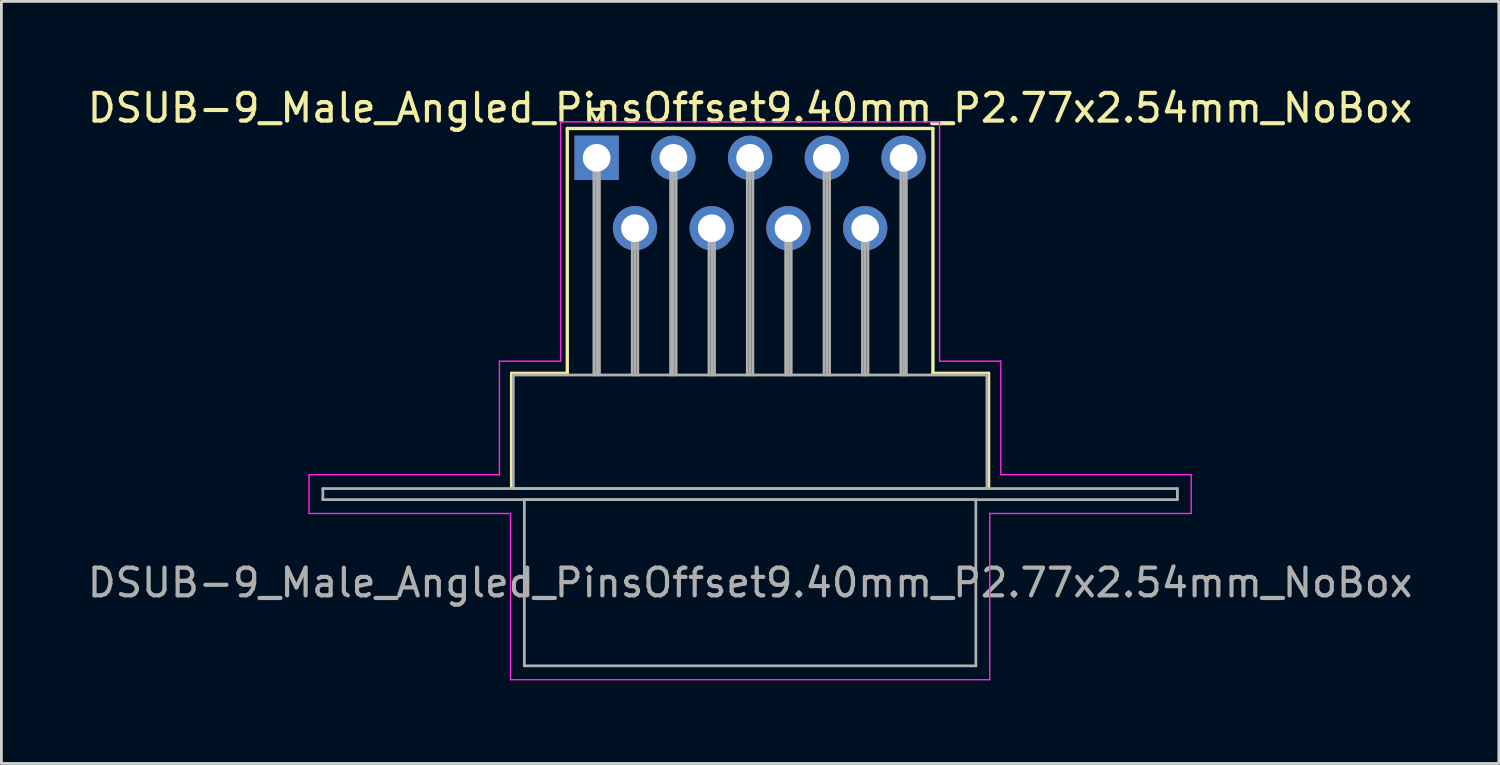
<source format=kicad_pcb>
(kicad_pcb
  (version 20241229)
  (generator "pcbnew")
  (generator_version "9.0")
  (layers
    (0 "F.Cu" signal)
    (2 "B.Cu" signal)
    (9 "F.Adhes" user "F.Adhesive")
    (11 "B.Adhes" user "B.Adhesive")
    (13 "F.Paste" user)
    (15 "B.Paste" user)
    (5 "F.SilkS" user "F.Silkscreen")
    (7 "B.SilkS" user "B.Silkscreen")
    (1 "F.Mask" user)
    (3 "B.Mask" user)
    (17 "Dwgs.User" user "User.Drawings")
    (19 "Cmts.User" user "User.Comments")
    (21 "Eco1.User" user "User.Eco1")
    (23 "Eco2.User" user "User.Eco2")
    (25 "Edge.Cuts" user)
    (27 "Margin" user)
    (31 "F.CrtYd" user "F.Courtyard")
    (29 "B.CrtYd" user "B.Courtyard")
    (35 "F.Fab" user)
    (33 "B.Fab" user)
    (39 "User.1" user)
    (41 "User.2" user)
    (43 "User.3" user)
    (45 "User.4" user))
  (footprint "DSUB-9_Male_Angled_PinsOffset9.40mm_P2.77x2.54mm_NoBox"
    (layer "F.Cu")
    (at 18.49 2.648)
    (property "Reference" "DSUB-9_Male_Angled_PinsOffset9.40mm_P2.77x2.54mm_NoBox" (at 5.54 -1.8 0) (layer "F.SilkS") (effects (font (size 1 1) (thickness 0.15))))
    (attr through_hole)
    (fp_line (start -3.07 7.78) (end -1.06 7.78) (stroke (width 0.12) (type solid)) (layer "F.SilkS"))
    (fp_line (start -3.07 11.88) (end -3.07 7.78) (stroke (width 0.12) (type solid)) (layer "F.SilkS"))
    (fp_line (start -1.06 -1.06) (end 12.14 -1.06) (stroke (width 0.12) (type solid)) (layer "F.SilkS"))
    (fp_line (start -1.06 7.78) (end -1.06 -1.06) (stroke (width 0.12) (type solid)) (layer "F.SilkS"))
    (fp_line (start -0.25 -1.754) (end 0.25 -1.754) (stroke (width 0.12) (type solid)) (layer "F.SilkS"))
    (fp_line (start 0 -1.321) (end -0.25 -1.754) (stroke (width 0.12) (type solid)) (layer "F.SilkS"))
    (fp_line (start 0.25 -1.754) (end 0 -1.321) (stroke (width 0.12) (type solid)) (layer "F.SilkS"))
    (fp_line (start 12.14 -1.06) (end 12.14 7.78) (stroke (width 0.12) (type solid)) (layer "F.SilkS"))
    (fp_line (start 12.14 7.78) (end 14.15 7.78) (stroke (width 0.12) (type solid)) (layer "F.SilkS"))
    (fp_line (start 14.15 7.78) (end 14.15 11.88) (stroke (width 0.12) (type solid)) (layer "F.SilkS"))
    (fp_line (start -10.385 11.44) (end -3.51 11.44) (stroke (width 0.05) (type solid)) (layer "F.CrtYd"))
    (fp_line (start -10.385 12.84) (end -10.385 11.44) (stroke (width 0.05) (type solid)) (layer "F.CrtYd"))
    (fp_line (start -3.51 7.34) (end -1.3 7.34) (stroke (width 0.05) (type solid)) (layer "F.CrtYd"))
    (fp_line (start -3.51 11.44) (end -3.51 7.34) (stroke (width 0.05) (type solid)) (layer "F.CrtYd"))
    (fp_line (start -3.11 12.84) (end -10.385 12.84) (stroke (width 0.05) (type solid)) (layer "F.CrtYd"))
    (fp_line (start -3.11 18.84) (end -3.11 12.84) (stroke (width 0.05) (type solid)) (layer "F.CrtYd"))
    (fp_line (start -1.3 -1.3) (end 12.38 -1.3) (stroke (width 0.05) (type solid)) (layer "F.CrtYd"))
    (fp_line (start -1.3 7.34) (end -1.3 -1.3) (stroke (width 0.05) (type solid)) (layer "F.CrtYd"))
    (fp_line (start 12.38 -1.3) (end 12.38 7.34) (stroke (width 0.05) (type solid)) (layer "F.CrtYd"))
    (fp_line (start 12.38 7.34) (end 14.59 7.34) (stroke (width 0.05) (type solid)) (layer "F.CrtYd"))
    (fp_line (start 14.19 12.84) (end 14.19 18.84) (stroke (width 0.05) (type solid)) (layer "F.CrtYd"))
    (fp_line (start 14.19 18.84) (end -3.11 18.84) (stroke (width 0.05) (type solid)) (layer "F.CrtYd"))
    (fp_line (start 14.59 7.34) (end 14.59 11.44) (stroke (width 0.05) (type solid)) (layer "F.CrtYd"))
    (fp_line (start 14.59 11.44) (end 21.465 11.44) (stroke (width 0.05) (type solid)) (layer "F.CrtYd"))
    (fp_line (start 21.465 11.44) (end 21.465 12.84) (stroke (width 0.05) (type solid)) (layer "F.CrtYd"))
    (fp_line (start 21.465 12.84) (end 14.19 12.84) (stroke (width 0.05) (type solid)) (layer "F.CrtYd"))
    (fp_line (start -9.885 11.94) (end -9.885 12.34) (stroke (width 0.1) (type solid)) (layer "F.Fab"))
    (fp_line (start -9.885 12.34) (end 20.965 12.34) (stroke (width 0.1) (type solid)) (layer "F.Fab"))
    (fp_line (start -3.01 7.84) (end -3.01 11.94) (stroke (width 0.1) (type solid)) (layer "F.Fab"))
    (fp_line (start -3.01 11.94) (end 14.09 11.94) (stroke (width 0.1) (type solid)) (layer "F.Fab"))
    (fp_line (start -2.61 12.34) (end -2.61 18.34) (stroke (width 0.1) (type solid)) (layer "F.Fab"))
    (fp_line (start -2.61 18.34) (end 13.69 18.34) (stroke (width 0.1) (type solid)) (layer "F.Fab"))
    (fp_line (start -0.1 0) (end -0.1 7.84) (stroke (width 0.1) (type solid)) (layer "F.Fab"))
    (fp_line (start 0 0) (end 0 7.84) (stroke (width 0.1) (type solid)) (layer "F.Fab"))
    (fp_line (start 0.1 0) (end 0.1 7.84) (stroke (width 0.1) (type solid)) (layer "F.Fab"))
    (fp_line (start 1.285 2.54) (end 1.285 7.84) (stroke (width 0.1) (type solid)) (layer "F.Fab"))
    (fp_line (start 1.385 2.54) (end 1.385 7.84) (stroke (width 0.1) (type solid)) (layer "F.Fab"))
    (fp_line (start 1.485 2.54) (end 1.485 7.84) (stroke (width 0.1) (type solid)) (layer "F.Fab"))
    (fp_line (start 2.67 0) (end 2.67 7.84) (stroke (width 0.1) (type solid)) (layer "F.Fab"))
    (fp_line (start 2.77 0) (end 2.77 7.84) (stroke (width 0.1) (type solid)) (layer "F.Fab"))
    (fp_line (start 2.87 0) (end 2.87 7.84) (stroke (width 0.1) (type solid)) (layer "F.Fab"))
    (fp_line (start 4.055 2.54) (end 4.055 7.84) (stroke (width 0.1) (type solid)) (layer "F.Fab"))
    (fp_line (start 4.155 2.54) (end 4.155 7.84) (stroke (width 0.1) (type solid)) (layer "F.Fab"))
    (fp_line (start 4.255 2.54) (end 4.255 7.84) (stroke (width 0.1) (type solid)) (layer "F.Fab"))
    (fp_line (start 5.44 0) (end 5.44 7.84) (stroke (width 0.1) (type solid)) (layer "F.Fab"))
    (fp_line (start 5.54 0) (end 5.54 7.84) (stroke (width 0.1) (type solid)) (layer "F.Fab"))
    (fp_line (start 5.64 0) (end 5.64 7.84) (stroke (width 0.1) (type solid)) (layer "F.Fab"))
    (fp_line (start 6.825 2.54) (end 6.825 7.84) (stroke (width 0.1) (type solid)) (layer "F.Fab"))
    (fp_line (start 6.925 2.54) (end 6.925 7.84) (stroke (width 0.1) (type solid)) (layer "F.Fab"))
    (fp_line (start 7.025 2.54) (end 7.025 7.84) (stroke (width 0.1) (type solid)) (layer "F.Fab"))
    (fp_line (start 8.21 0) (end 8.21 7.84) (stroke (width 0.1) (type solid)) (layer "F.Fab"))
    (fp_line (start 8.31 0) (end 8.31 7.84) (stroke (width 0.1) (type solid)) (layer "F.Fab"))
    (fp_line (start 8.41 0) (end 8.41 7.84) (stroke (width 0.1) (type solid)) (layer "F.Fab"))
    (fp_line (start 9.595 2.54) (end 9.595 7.84) (stroke (width 0.1) (type solid)) (layer "F.Fab"))
    (fp_line (start 9.695 2.54) (end 9.695 7.84) (stroke (width 0.1) (type solid)) (layer "F.Fab"))
    (fp_line (start 9.795 2.54) (end 9.795 7.84) (stroke (width 0.1) (type solid)) (layer "F.Fab"))
    (fp_line (start 10.98 0) (end 10.98 7.84) (stroke (width 0.1) (type solid)) (layer "F.Fab"))
    (fp_line (start 11.08 0) (end 11.08 7.84) (stroke (width 0.1) (type solid)) (layer "F.Fab"))
    (fp_line (start 11.18 0) (end 11.18 7.84) (stroke (width 0.1) (type solid)) (layer "F.Fab"))
    (fp_line (start 13.69 12.34) (end -2.61 12.34) (stroke (width 0.1) (type solid)) (layer "F.Fab"))
    (fp_line (start 13.69 18.34) (end 13.69 12.34) (stroke (width 0.1) (type solid)) (layer "F.Fab"))
    (fp_line (start 14.09 7.84) (end -3.01 7.84) (stroke (width 0.1) (type solid)) (layer "F.Fab"))
    (fp_line (start 14.09 11.94) (end 14.09 7.84) (stroke (width 0.1) (type solid)) (layer "F.Fab"))
    (fp_line (start 20.965 11.94) (end -9.885 11.94) (stroke (width 0.1) (type solid)) (layer "F.Fab"))
    (fp_line (start 20.965 12.34) (end 20.965 11.94) (stroke (width 0.1) (type solid)) (layer "F.Fab"))
    (fp_text user "${REFERENCE}" (at 5.54 15.34 0) (layer "F.Fab") (effects (font (size 1 1) (thickness 0.15))))
    (pad "1" thru_hole rect (at 0 0) (size 1.6 1.6) (drill 1) (layers "*.Cu" "*.Mask"))
    (pad "2" thru_hole circle (at 2.77 0) (size 1.6 1.6) (drill 1) (layers "*.Cu" "*.Mask"))
    (pad "3" thru_hole circle (at 5.54 0) (size 1.6 1.6) (drill 1) (layers "*.Cu" "*.Mask"))
    (pad "4" thru_hole circle (at 8.31 0) (size 1.6 1.6) (drill 1) (layers "*.Cu" "*.Mask"))
    (pad "5" thru_hole circle (at 11.08 0) (size 1.6 1.6) (drill 1) (layers "*.Cu" "*.Mask"))
    (pad "6" thru_hole circle (at 1.385 2.54) (size 1.6 1.6) (drill 1) (layers "*.Cu" "*.Mask"))
    (pad "7" thru_hole circle (at 4.155 2.54) (size 1.6 1.6) (drill 1) (layers "*.Cu" "*.Mask"))
    (pad "8" thru_hole circle (at 6.925 2.54) (size 1.6 1.6) (drill 1) (layers "*.Cu" "*.Mask"))
    (pad "9" thru_hole circle (at 9.695 2.54) (size 1.6 1.6) (drill 1) (layers "*.Cu" "*.Mask")))
  (gr_rect
    (start -3 -3)
    (end 51.06 24.513)
    (stroke (width 0.1) (type default))
    (fill no)
    (layer "Edge.Cuts")))
</source>
